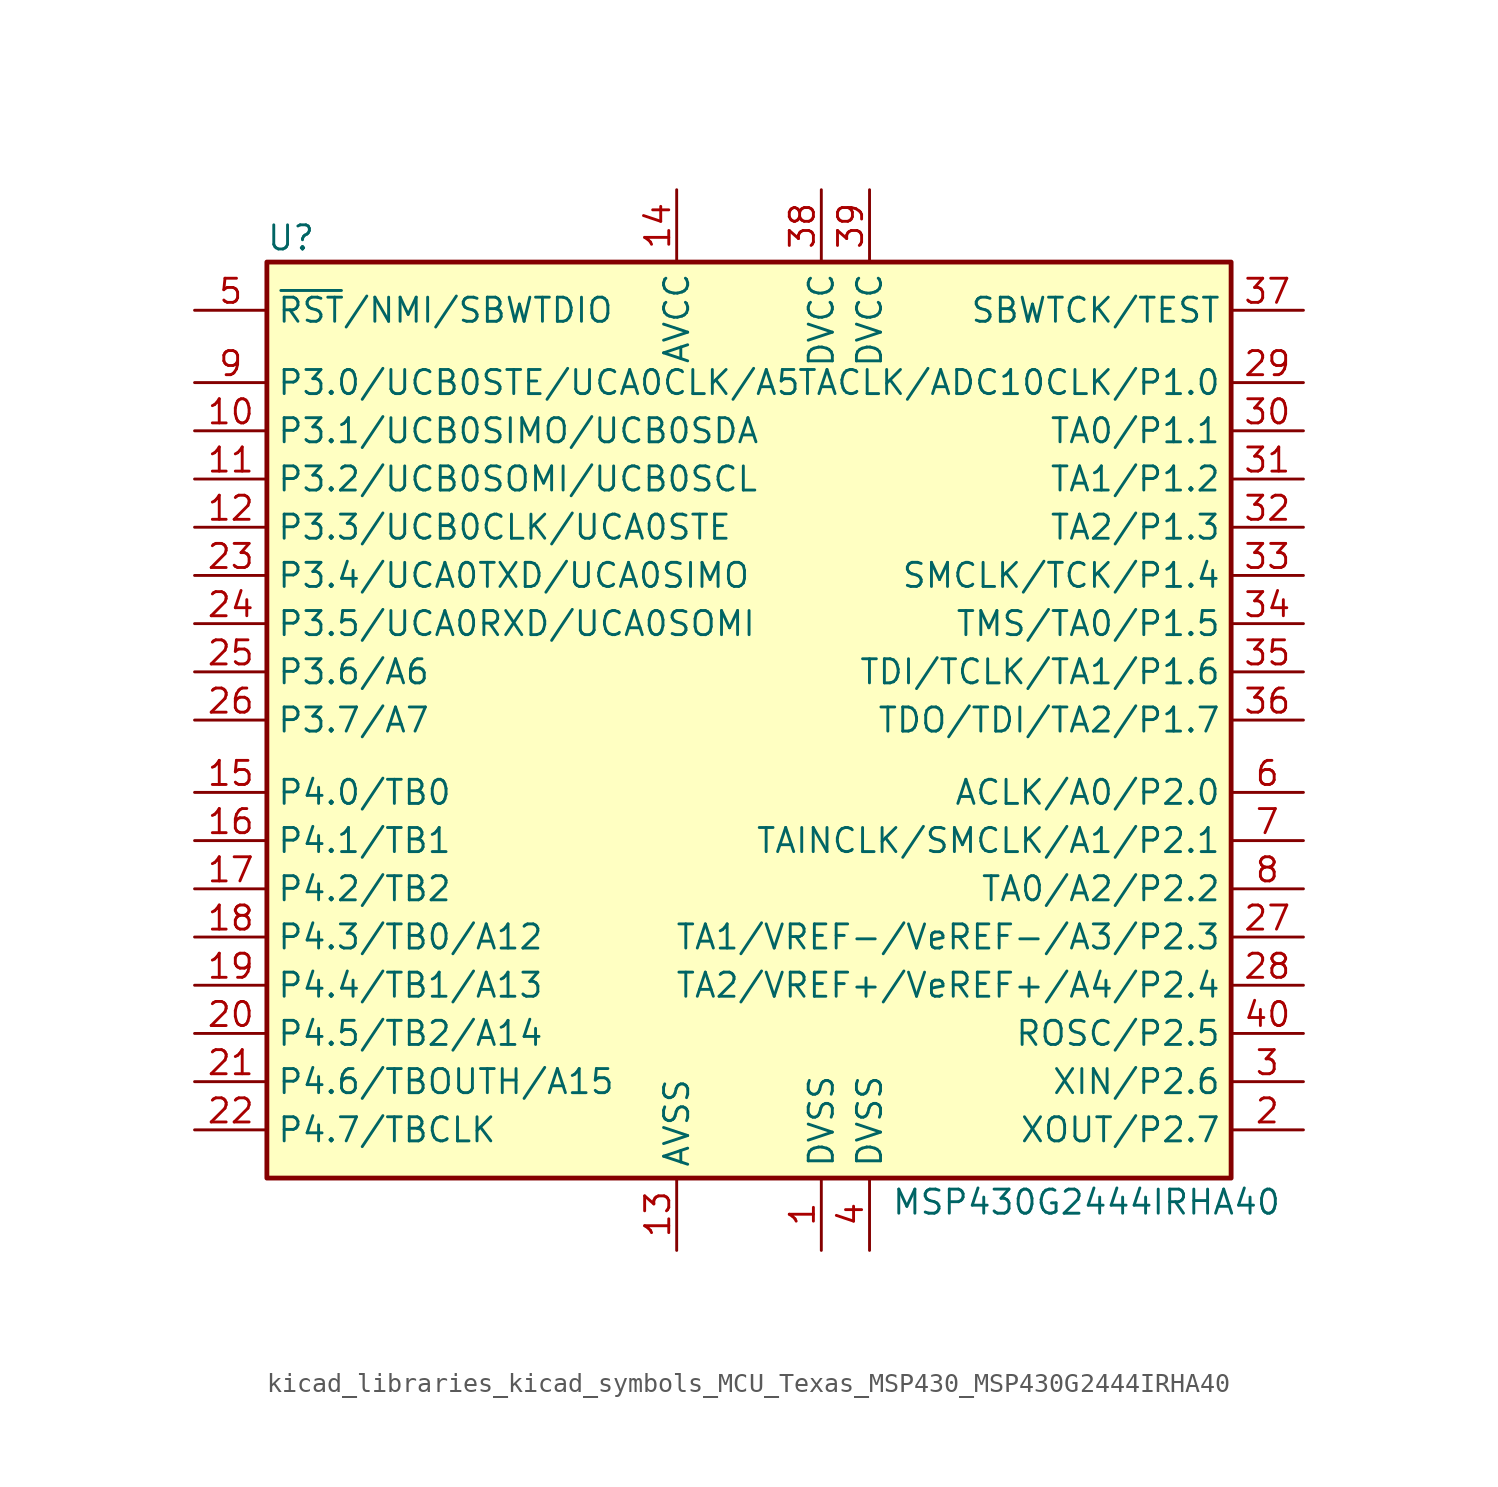
<source format=kicad_sym>
(kicad_symbol_lib
  (version 20220914)
  (generator kicad_symbol_editor)
  (symbol "kicad_libraries_kicad_symbols_MCU_Texas_MSP430_MSP430G2444IRHA40"
    (property "Reference" "U"
      (at -24.13 25.4 0)
      (effects (font (size 1.27 1.27))))
    (property "Value" "MSP430G2444IRHA40"
      (at 17.78 -25.4 0)
      (effects (font (size 1.27 1.27))))
    (symbol "kicad_libraries_kicad_symbols_MCU_Texas_MSP430_MSP430G2444IRHA40_0_1"
      (rectangle (start -25.4 24.13) (end 25.4 -24.13) (stroke (width 0.254) (type default)) (fill (type background))))
    (symbol "kicad_libraries_kicad_symbols_MCU_Texas_MSP430_MSP430G2444IRHA40_1_1"
      (pin power_in line (at 3.81 -27.94 90) (length 3.81) (name "DVSS" (effects (font (size 1.27 1.27)))) (number "1" (effects (font (size 1.27 1.27)))))
      (pin bidirectional line (at -29.21 15.24 0) (length 3.81) (name "P3.1/UCB0SIMO/UCB0SDA" (effects (font (size 1.27 1.27)))) (number "10" (effects (font (size 1.27 1.27)))))
      (pin bidirectional line (at -29.21 12.7 0) (length 3.81) (name "P3.2/UCB0SOMI/UCB0SCL" (effects (font (size 1.27 1.27)))) (number "11" (effects (font (size 1.27 1.27)))))
      (pin bidirectional line (at -29.21 10.16 0) (length 3.81) (name "P3.3/UCB0CLK/UCA0STE" (effects (font (size 1.27 1.27)))) (number "12" (effects (font (size 1.27 1.27)))))
      (pin power_in line (at -3.81 -27.94 90) (length 3.81) (name "AVSS" (effects (font (size 1.27 1.27)))) (number "13" (effects (font (size 1.27 1.27)))))
      (pin power_in line (at -3.81 27.94 270) (length 3.81) (name "AVCC" (effects (font (size 1.27 1.27)))) (number "14" (effects (font (size 1.27 1.27)))))
      (pin bidirectional line (at -29.21 -3.81 0) (length 3.81) (name "P4.0/TB0" (effects (font (size 1.27 1.27)))) (number "15" (effects (font (size 1.27 1.27)))))
      (pin bidirectional line (at -29.21 -6.35 0) (length 3.81) (name "P4.1/TB1" (effects (font (size 1.27 1.27)))) (number "16" (effects (font (size 1.27 1.27)))))
      (pin bidirectional line (at -29.21 -8.89 0) (length 3.81) (name "P4.2/TB2" (effects (font (size 1.27 1.27)))) (number "17" (effects (font (size 1.27 1.27)))))
      (pin bidirectional line (at -29.21 -11.43 0) (length 3.81) (name "P4.3/TB0/A12" (effects (font (size 1.27 1.27)))) (number "18" (effects (font (size 1.27 1.27)))))
      (pin bidirectional line (at -29.21 -13.97 0) (length 3.81) (name "P4.4/TB1/A13" (effects (font (size 1.27 1.27)))) (number "19" (effects (font (size 1.27 1.27)))))
      (pin bidirectional line (at 29.21 -21.59 180) (length 3.81) (name "XOUT/P2.7" (effects (font (size 1.27 1.27)))) (number "2" (effects (font (size 1.27 1.27)))))
      (pin bidirectional line (at -29.21 -16.51 0) (length 3.81) (name "P4.5/TB2/A14" (effects (font (size 1.27 1.27)))) (number "20" (effects (font (size 1.27 1.27)))))
      (pin bidirectional line (at -29.21 -19.05 0) (length 3.81) (name "P4.6/TBOUTH/A15" (effects (font (size 1.27 1.27)))) (number "21" (effects (font (size 1.27 1.27)))))
      (pin bidirectional line (at -29.21 -21.59 0) (length 3.81) (name "P4.7/TBCLK" (effects (font (size 1.27 1.27)))) (number "22" (effects (font (size 1.27 1.27)))))
      (pin bidirectional line (at -29.21 7.62 0) (length 3.81) (name "P3.4/UCA0TXD/UCA0SIMO" (effects (font (size 1.27 1.27)))) (number "23" (effects (font (size 1.27 1.27)))))
      (pin bidirectional line (at -29.21 5.08 0) (length 3.81) (name "P3.5/UCA0RXD/UCA0SOMI" (effects (font (size 1.27 1.27)))) (number "24" (effects (font (size 1.27 1.27)))))
      (pin bidirectional line (at -29.21 2.54 0) (length 3.81) (name "P3.6/A6" (effects (font (size 1.27 1.27)))) (number "25" (effects (font (size 1.27 1.27)))))
      (pin bidirectional line (at -29.21 0 0) (length 3.81) (name "P3.7/A7" (effects (font (size 1.27 1.27)))) (number "26" (effects (font (size 1.27 1.27)))))
      (pin bidirectional line (at 29.21 -11.43 180) (length 3.81) (name "TA1/VREF-/VeREF-/A3/P2.3" (effects (font (size 1.27 1.27)))) (number "27" (effects (font (size 1.27 1.27)))))
      (pin bidirectional line (at 29.21 -13.97 180) (length 3.81) (name "TA2/VREF+/VeREF+/A4/P2.4" (effects (font (size 1.27 1.27)))) (number "28" (effects (font (size 1.27 1.27)))))
      (pin bidirectional line (at 29.21 17.78 180) (length 3.81) (name "TACLK/ADC10CLK/P1.0" (effects (font (size 1.27 1.27)))) (number "29" (effects (font (size 1.27 1.27)))))
      (pin bidirectional line (at 29.21 -19.05 180) (length 3.81) (name "XIN/P2.6" (effects (font (size 1.27 1.27)))) (number "3" (effects (font (size 1.27 1.27)))))
      (pin bidirectional line (at 29.21 15.24 180) (length 3.81) (name "TA0/P1.1" (effects (font (size 1.27 1.27)))) (number "30" (effects (font (size 1.27 1.27)))))
      (pin bidirectional line (at 29.21 12.7 180) (length 3.81) (name "TA1/P1.2" (effects (font (size 1.27 1.27)))) (number "31" (effects (font (size 1.27 1.27)))))
      (pin bidirectional line (at 29.21 10.16 180) (length 3.81) (name "TA2/P1.3" (effects (font (size 1.27 1.27)))) (number "32" (effects (font (size 1.27 1.27)))))
      (pin bidirectional line (at 29.21 7.62 180) (length 3.81) (name "SMCLK/TCK/P1.4" (effects (font (size 1.27 1.27)))) (number "33" (effects (font (size 1.27 1.27)))))
      (pin bidirectional line (at 29.21 5.08 180) (length 3.81) (name "TMS/TA0/P1.5" (effects (font (size 1.27 1.27)))) (number "34" (effects (font (size 1.27 1.27)))))
      (pin bidirectional line (at 29.21 2.54 180) (length 3.81) (name "TDI/TCLK/TA1/P1.6" (effects (font (size 1.27 1.27)))) (number "35" (effects (font (size 1.27 1.27)))))
      (pin bidirectional line (at 29.21 0 180) (length 3.81) (name "TDO/TDI/TA2/P1.7" (effects (font (size 1.27 1.27)))) (number "36" (effects (font (size 1.27 1.27)))))
      (pin input line (at 29.21 21.59 180) (length 3.81) (name "SBWTCK/TEST" (effects (font (size 1.27 1.27)))) (number "37" (effects (font (size 1.27 1.27)))))
      (pin power_in line (at 3.81 27.94 270) (length 3.81) (name "DVCC" (effects (font (size 1.27 1.27)))) (number "38" (effects (font (size 1.27 1.27)))))
      (pin power_in line (at 6.35 27.94 270) (length 3.81) (name "DVCC" (effects (font (size 1.27 1.27)))) (number "39" (effects (font (size 1.27 1.27)))))
      (pin power_in line (at 6.35 -27.94 90) (length 3.81) (name "DVSS" (effects (font (size 1.27 1.27)))) (number "4" (effects (font (size 1.27 1.27)))))
      (pin bidirectional line (at 29.21 -16.51 180) (length 3.81) (name "ROSC/P2.5" (effects (font (size 1.27 1.27)))) (number "40" (effects (font (size 1.27 1.27)))))
      (pin input line (at -29.21 21.59 0) (length 3.81) (name "~{RST}/NMI/SBWTDIO" (effects (font (size 1.27 1.27)))) (number "5" (effects (font (size 1.27 1.27)))))
      (pin bidirectional line (at 29.21 -3.81 180) (length 3.81) (name "ACLK/A0/P2.0" (effects (font (size 1.27 1.27)))) (number "6" (effects (font (size 1.27 1.27)))))
      (pin bidirectional line (at 29.21 -6.35 180) (length 3.81) (name "TAINCLK/SMCLK/A1/P2.1" (effects (font (size 1.27 1.27)))) (number "7" (effects (font (size 1.27 1.27)))))
      (pin bidirectional line (at 29.21 -8.89 180) (length 3.81) (name "TA0/A2/P2.2" (effects (font (size 1.27 1.27)))) (number "8" (effects (font (size 1.27 1.27)))))
      (pin bidirectional line (at -29.21 17.78 0) (length 3.81) (name "P3.0/UCB0STE/UCA0CLK/A5" (effects (font (size 1.27 1.27)))) (number "9" (effects (font (size 1.27 1.27))))))))
</source>
